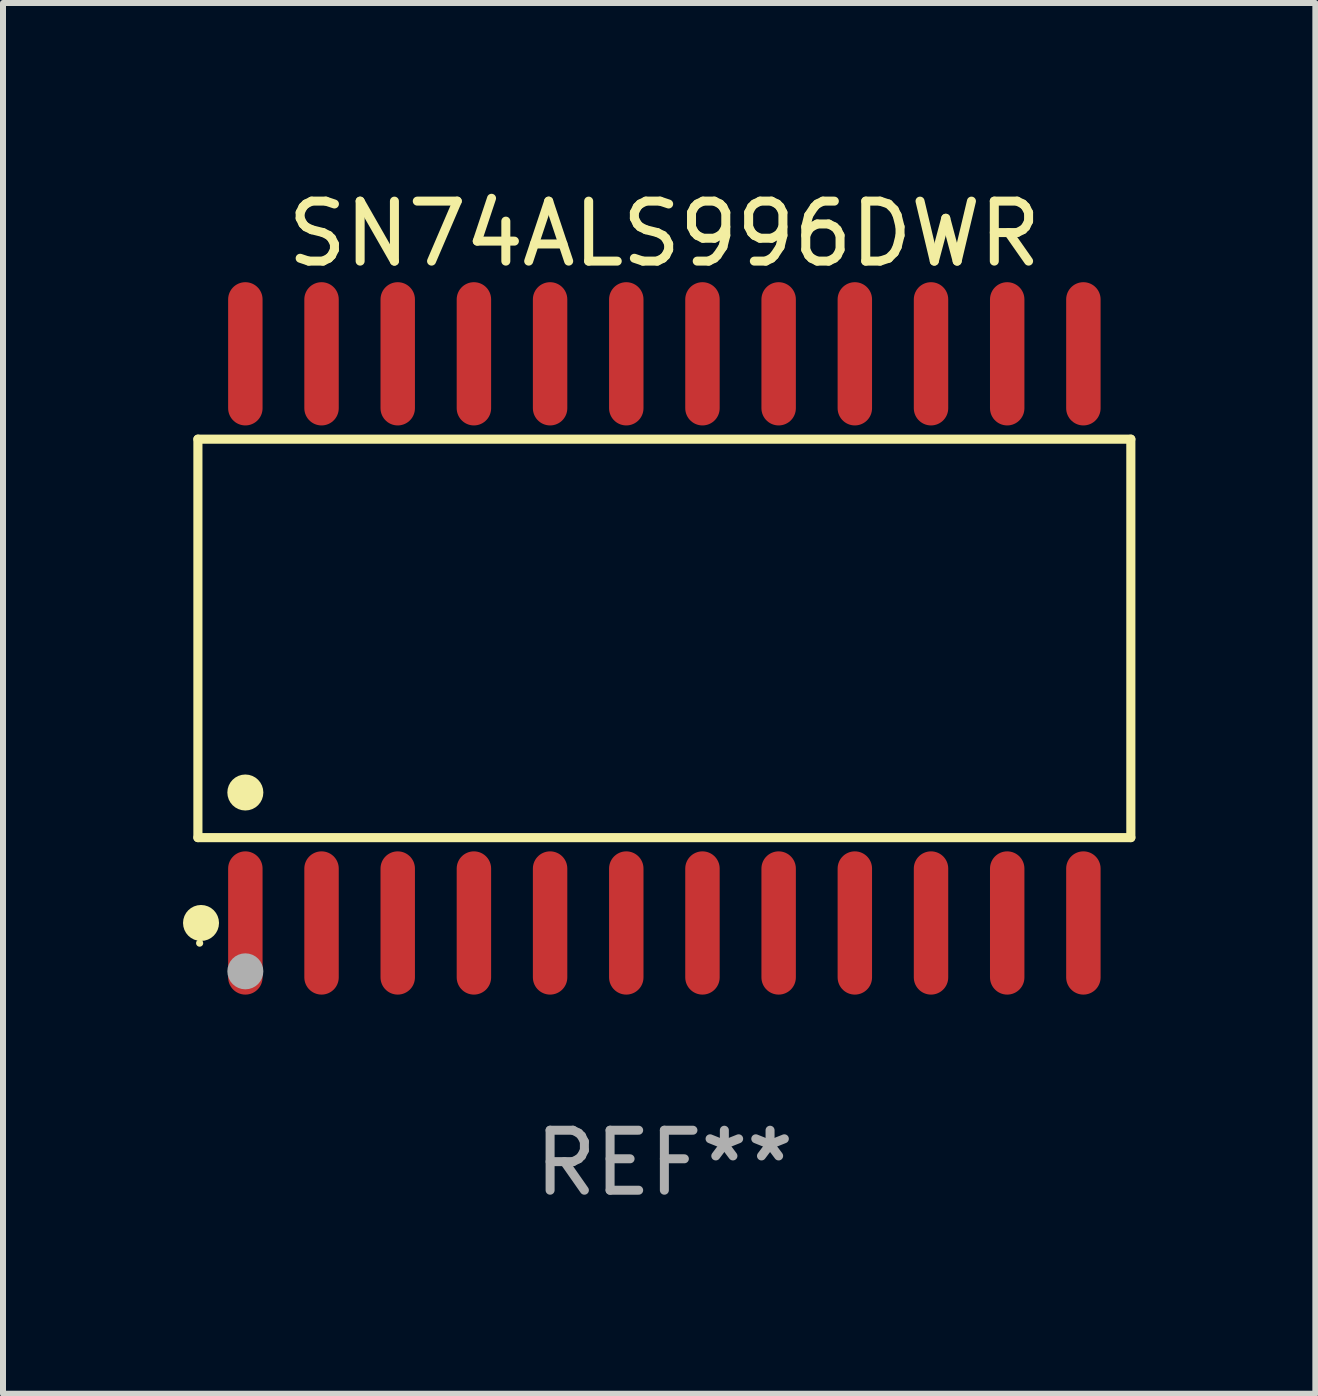
<source format=kicad_pcb>
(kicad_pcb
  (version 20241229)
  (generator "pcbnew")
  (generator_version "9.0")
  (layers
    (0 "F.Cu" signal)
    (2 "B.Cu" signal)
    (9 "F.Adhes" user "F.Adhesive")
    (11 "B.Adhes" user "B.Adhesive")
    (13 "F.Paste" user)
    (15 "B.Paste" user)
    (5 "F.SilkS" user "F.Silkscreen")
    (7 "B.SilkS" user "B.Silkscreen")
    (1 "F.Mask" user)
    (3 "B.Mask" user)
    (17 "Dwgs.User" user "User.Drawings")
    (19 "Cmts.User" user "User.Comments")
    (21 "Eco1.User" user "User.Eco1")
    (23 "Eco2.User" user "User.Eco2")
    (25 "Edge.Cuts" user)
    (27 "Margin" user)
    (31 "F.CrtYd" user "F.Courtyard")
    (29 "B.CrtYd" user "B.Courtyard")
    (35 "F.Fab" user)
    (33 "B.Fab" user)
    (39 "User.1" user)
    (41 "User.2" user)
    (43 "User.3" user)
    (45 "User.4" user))
  (footprint "SN74ALS996DWR"
    (layer "F.Cu")
    (at 8.025 7.592)
    (property "Reference" "SN74ALS996DWR" (at 0 -6.744 0) (layer "F.SilkS") (effects (font (size 1 1) (thickness 0.15))))
    (attr through_hole)
    (fp_line (start -7.776 -3.321) (end 7.776 -3.321) (stroke (width 0.152) (type solid)) (layer "F.SilkS"))
    (fp_line (start -7.776 3.321) (end -7.776 -3.321) (stroke (width 0.152) (type solid)) (layer "F.SilkS"))
    (fp_line (start 7.776 -3.321) (end 7.776 3.321) (stroke (width 0.152) (type solid)) (layer "F.SilkS"))
    (fp_line (start 7.776 3.321) (end -7.776 3.321) (stroke (width 0.152) (type solid)) (layer "F.SilkS"))
    (fp_circle (center -7.747 5.08) (end -7.717 5.08) (stroke (width 0.06) (type solid)) (fill no) (layer "F.SilkS"))
    (fp_circle (center -7.724 4.744) (end -7.574 4.744) (stroke (width 0.3) (type solid)) (fill no) (layer "F.SilkS"))
    (fp_circle (center -6.985 2.569) (end -6.835 2.569) (stroke (width 0.3) (type solid)) (fill no) (layer "F.SilkS"))
    (fp_circle (center -6.985 5.55) (end -6.835 5.55) (stroke (width 0.3) (type solid)) (fill no) (layer "F.Fab"))
    (fp_text user "REF**" (at 0 8.744 0) (layer "F.Fab") (effects (font (size 1 1) (thickness 0.15))))
    (pad "1" smd oval (at -6.985 4.744) (size 0.574 2.388) (layers "F.Cu" "F.Mask" "F.Paste"))
    (pad "2" smd oval (at -5.715 4.744) (size 0.574 2.388) (layers "F.Cu" "F.Mask" "F.Paste"))
    (pad "3" smd oval (at -4.445 4.744) (size 0.574 2.388) (layers "F.Cu" "F.Mask" "F.Paste"))
    (pad "4" smd oval (at -3.175 4.744) (size 0.574 2.388) (layers "F.Cu" "F.Mask" "F.Paste"))
    (pad "5" smd oval (at -1.905 4.744) (size 0.574 2.388) (layers "F.Cu" "F.Mask" "F.Paste"))
    (pad "6" smd oval (at -0.635 4.744) (size 0.574 2.388) (layers "F.Cu" "F.Mask" "F.Paste"))
    (pad "7" smd oval (at 0.635 4.744) (size 0.574 2.388) (layers "F.Cu" "F.Mask" "F.Paste"))
    (pad "8" smd oval (at 1.905 4.744) (size 0.574 2.388) (layers "F.Cu" "F.Mask" "F.Paste"))
    (pad "9" smd oval (at 3.175 4.744) (size 0.574 2.388) (layers "F.Cu" "F.Mask" "F.Paste"))
    (pad "10" smd oval (at 4.445 4.744) (size 0.574 2.388) (layers "F.Cu" "F.Mask" "F.Paste"))
    (pad "11" smd oval (at 5.715 4.744) (size 0.574 2.388) (layers "F.Cu" "F.Mask" "F.Paste"))
    (pad "12" smd oval (at 6.985 4.744) (size 0.574 2.388) (layers "F.Cu" "F.Mask" "F.Paste"))
    (pad "13" smd oval (at 6.985 -4.744) (size 0.574 2.388) (layers "F.Cu" "F.Mask" "F.Paste"))
    (pad "14" smd oval (at 5.715 -4.744) (size 0.574 2.388) (layers "F.Cu" "F.Mask" "F.Paste"))
    (pad "15" smd oval (at 4.445 -4.744) (size 0.574 2.388) (layers "F.Cu" "F.Mask" "F.Paste"))
    (pad "16" smd oval (at 3.175 -4.744) (size 0.574 2.388) (layers "F.Cu" "F.Mask" "F.Paste"))
    (pad "17" smd oval (at 1.905 -4.744) (size 0.574 2.388) (layers "F.Cu" "F.Mask" "F.Paste"))
    (pad "18" smd oval (at 0.635 -4.744) (size 0.574 2.388) (layers "F.Cu" "F.Mask" "F.Paste"))
    (pad "19" smd oval (at -0.635 -4.744) (size 0.574 2.388) (layers "F.Cu" "F.Mask" "F.Paste"))
    (pad "20" smd oval (at -1.905 -4.744) (size 0.574 2.388) (layers "F.Cu" "F.Mask" "F.Paste"))
    (pad "21" smd oval (at -3.175 -4.744) (size 0.574 2.388) (layers "F.Cu" "F.Mask" "F.Paste"))
    (pad "22" smd oval (at -4.445 -4.744) (size 0.574 2.388) (layers "F.Cu" "F.Mask" "F.Paste"))
    (pad "23" smd oval (at -5.715 -4.744) (size 0.574 2.388) (layers "F.Cu" "F.Mask" "F.Paste"))
    (pad "24" smd oval (at -6.985 -4.744) (size 0.574 2.388) (layers "F.Cu" "F.Mask" "F.Paste")))
  (gr_rect
    (start -3 -3)
    (end 18.877 20.184)
    (stroke (width 0.1) (type default))
    (fill no)
    (layer "Edge.Cuts")))
</source>
